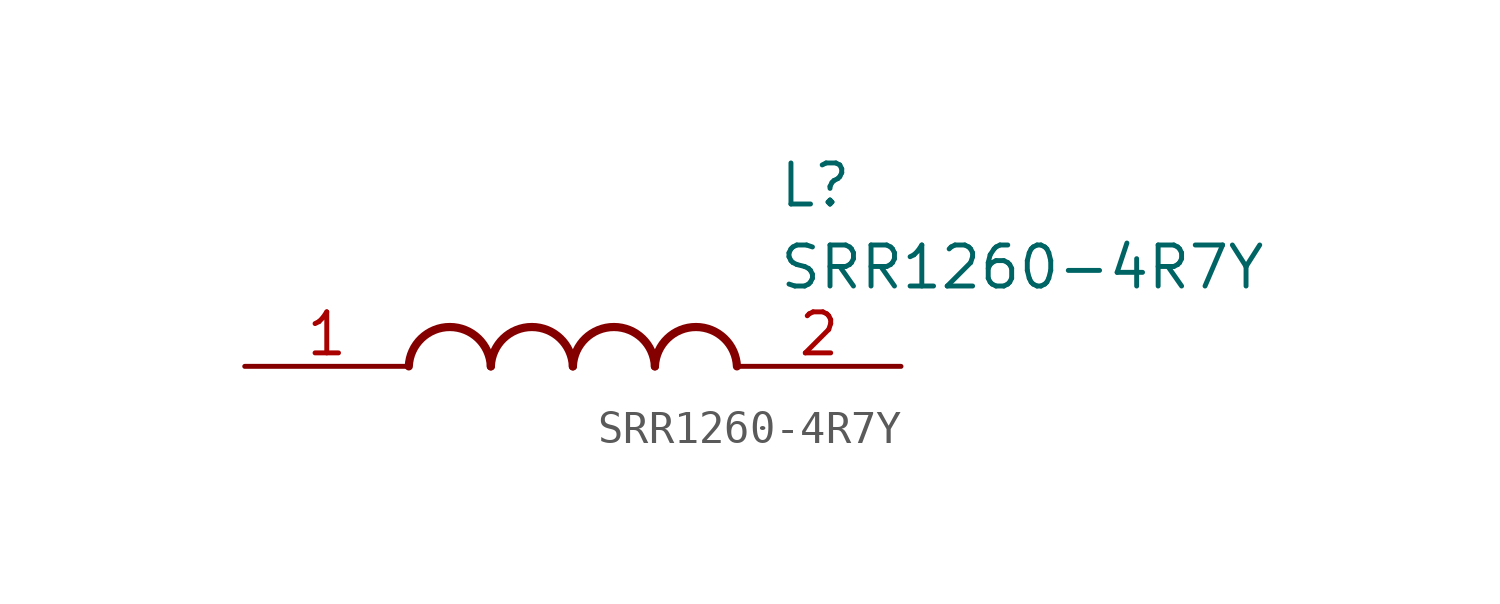
<source format=kicad_sym>
(kicad_symbol_lib
  (version 20211014)
  (generator SamacSys_ECAD_Model)
  (symbol "SRR1260-4R7Y"
    (pin_names hide)
    (property "Reference" "L"
      (at 16.51 6.35 0)
      (effects (font (size 1.27 1.27)) (justify left top)))
    (property "Value" "SRR1260-4R7Y"
      (at 16.51 3.81 0)
      (effects (font (size 1.27 1.27)) (justify left top)))
    (arc
      (start 7.62 0)
      (mid 6.35 1.219)
      (end 5.08 0)
      (stroke (width 0.254) (type default))
      (fill (type none)))
    (arc
      (start 10.16 0)
      (mid 8.89 1.219)
      (end 7.62 0)
      (stroke (width 0.254) (type default))
      (fill (type none)))
    (arc
      (start 12.7 0)
      (mid 11.43 1.219)
      (end 10.16 0)
      (stroke (width 0.254) (type default))
      (fill (type none)))
    (arc
      (start 15.24 0)
      (mid 13.97 1.219)
      (end 12.7 0)
      (stroke (width 0.254) (type default))
      (fill (type none)))
    (pin passive line
      (at 0 0 0)
      (length 5.08)
      (name "1" (effects (font (size 1.27 1.27))))
      (number "1" (effects (font (size 1.27 1.27)))))
    (pin passive line
      (at 20.32 0 180)
      (length 5.08)
      (name "2" (effects (font (size 1.27 1.27))))
      (number "2" (effects (font (size 1.27 1.27)))))))
</source>
